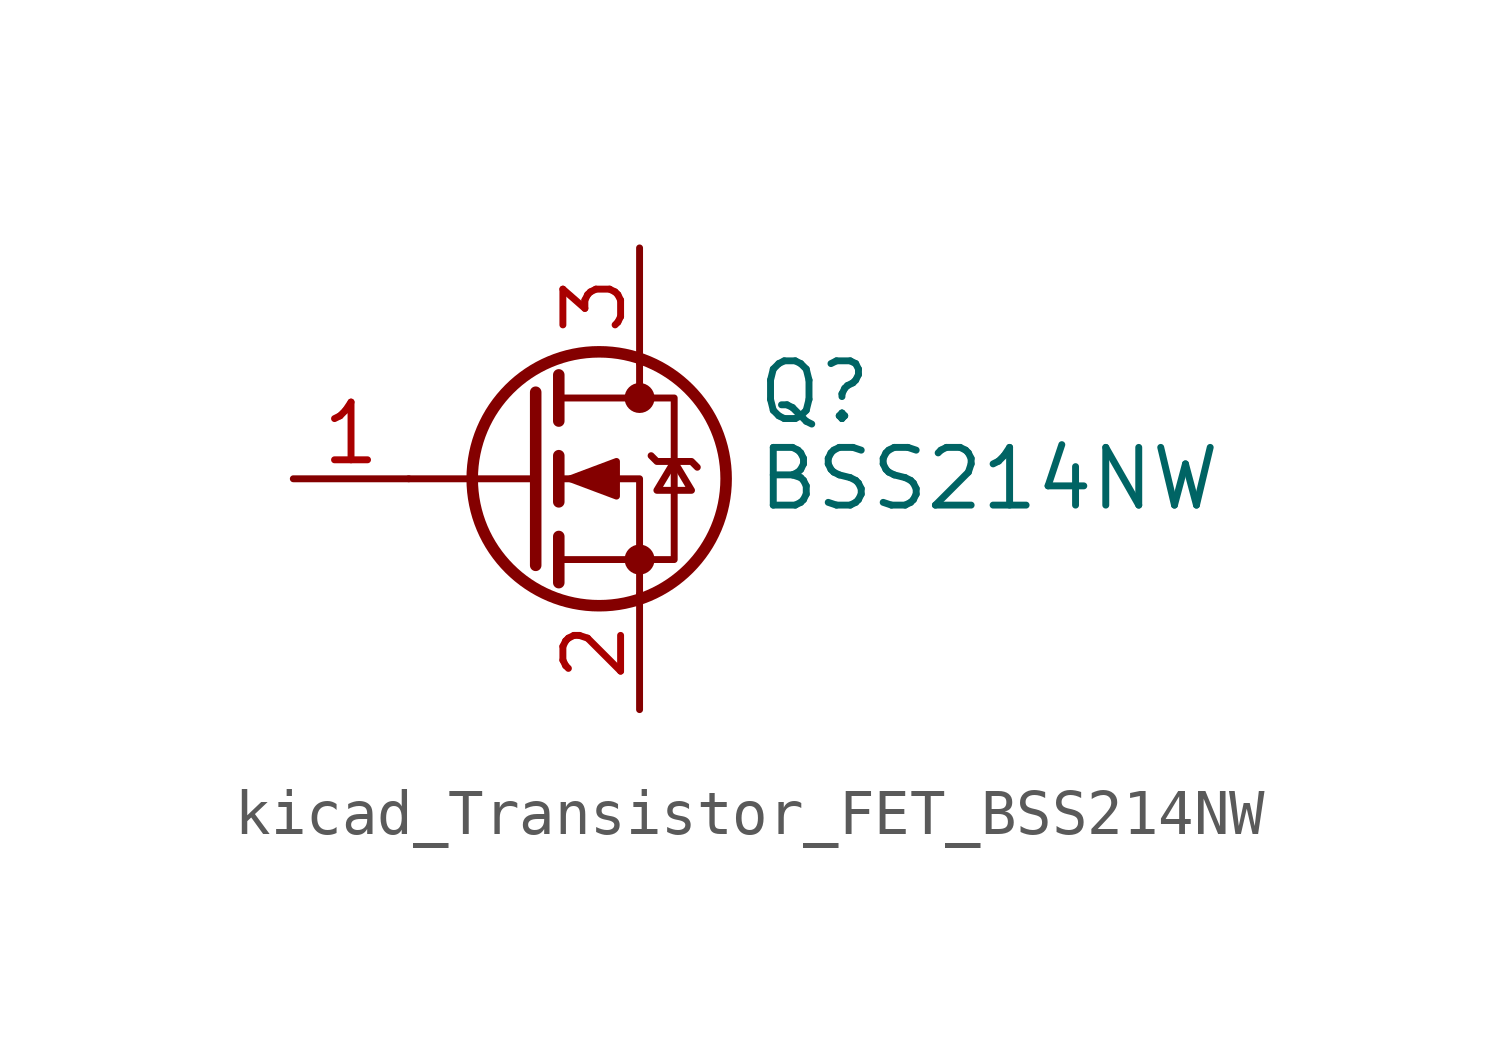
<source format=kicad_sym>
(kicad_symbol_lib
  (version 20220914)
  (generator kicad_symbol_editor)
  (symbol "kicad_Transistor_FET_BSS214NW"
    (pin_names hide)
    (property "Reference" "Q"
      (at 5.08 1.905 0)
      (effects (font (size 1.27 1.27)) (justify left)))
    (property "Value" "BSS214NW"
      (at 5.08 0 0)
      (effects (font (size 1.27 1.27)) (justify left)))
    (symbol "kicad_Transistor_FET_BSS214NW_0_1"
      (polyline (pts (xy 0.254 0) (xy -2.54 0)) (stroke (width 0) (type default)) (fill (type none)))
      (polyline (pts (xy 0.254 1.905) (xy 0.254 -1.905)) (stroke (width 0.254) (type default)) (fill (type none)))
      (polyline (pts (xy 0.762 -1.27) (xy 0.762 -2.286)) (stroke (width 0.254) (type default)) (fill (type none)))
      (polyline (pts (xy 0.762 0.508) (xy 0.762 -0.508)) (stroke (width 0.254) (type default)) (fill (type none)))
      (polyline (pts (xy 0.762 2.286) (xy 0.762 1.27)) (stroke (width 0.254) (type default)) (fill (type none)))
      (polyline (pts (xy 2.54 2.54) (xy 2.54 1.778)) (stroke (width 0) (type default)) (fill (type none)))
      (polyline (pts (xy 2.54 -2.54) (xy 2.54 0) (xy 0.762 0)) (stroke (width 0) (type default)) (fill (type none)))
      (polyline (pts (xy 0.762 -1.778) (xy 3.302 -1.778) (xy 3.302 1.778) (xy 0.762 1.778)) (stroke (width 0) (type default)) (fill (type none)))
      (polyline (pts (xy 1.016 0) (xy 2.032 0.381) (xy 2.032 -0.381) (xy 1.016 0)) (stroke (width 0) (type default)) (fill (type outline)))
      (polyline (pts (xy 2.794 0.508) (xy 2.921 0.381) (xy 3.683 0.381) (xy 3.81 0.254)) (stroke (width 0) (type default)) (fill (type none)))
      (polyline (pts (xy 3.302 0.381) (xy 2.921 -0.254) (xy 3.683 -0.254) (xy 3.302 0.381)) (stroke (width 0) (type default)) (fill (type none)))
      (circle (center 1.651 0) (radius 2.794) (stroke (width 0.254) (type default)) (fill (type none)))
      (circle (center 2.54 -1.778) (radius 0.254) (stroke (width 0) (type default)) (fill (type outline)))
      (circle (center 2.54 1.778) (radius 0.254) (stroke (width 0) (type default)) (fill (type outline))))
    (symbol "kicad_Transistor_FET_BSS214NW_1_1"
      (pin input line (at -5.08 0 0) (length 2.54) (name "G" (effects (font (size 1.27 1.27)))) (number "1" (effects (font (size 1.27 1.27)))))
      (pin passive line (at 2.54 -5.08 90) (length 2.54) (name "S" (effects (font (size 1.27 1.27)))) (number "2" (effects (font (size 1.27 1.27)))))
      (pin passive line (at 2.54 5.08 270) (length 2.54) (name "D" (effects (font (size 1.27 1.27)))) (number "3" (effects (font (size 1.27 1.27))))))))
</source>
